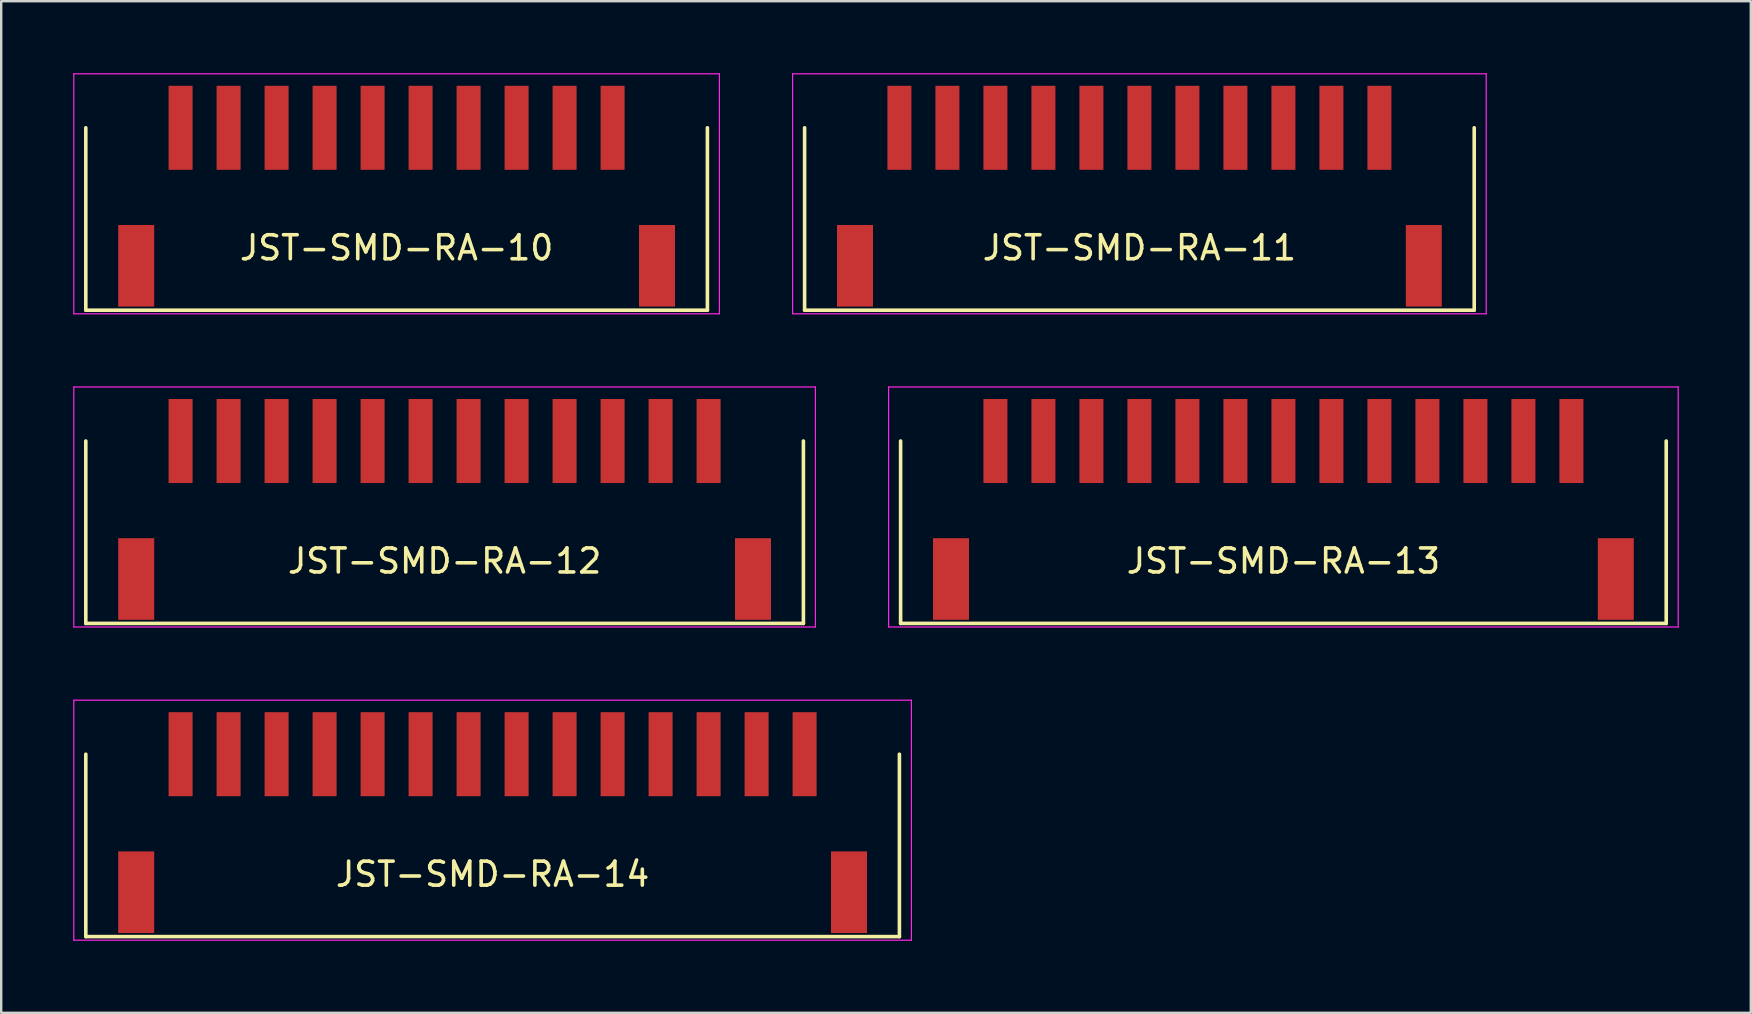
<source format=kicad_pcb>
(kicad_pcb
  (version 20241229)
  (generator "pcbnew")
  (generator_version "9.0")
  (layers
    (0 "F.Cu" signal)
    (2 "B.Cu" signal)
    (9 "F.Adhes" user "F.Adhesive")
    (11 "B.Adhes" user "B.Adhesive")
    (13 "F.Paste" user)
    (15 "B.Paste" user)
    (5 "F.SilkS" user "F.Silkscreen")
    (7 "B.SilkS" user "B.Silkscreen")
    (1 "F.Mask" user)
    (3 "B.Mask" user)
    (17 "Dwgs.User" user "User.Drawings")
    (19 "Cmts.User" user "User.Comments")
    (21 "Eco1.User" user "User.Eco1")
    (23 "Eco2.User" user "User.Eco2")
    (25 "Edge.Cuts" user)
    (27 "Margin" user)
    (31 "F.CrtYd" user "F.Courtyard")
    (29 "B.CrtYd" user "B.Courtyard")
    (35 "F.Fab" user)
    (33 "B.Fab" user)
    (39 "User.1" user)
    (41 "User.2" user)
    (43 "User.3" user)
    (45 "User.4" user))
  (footprint "JST-SMD-RA-14"
    (layer "F.Cu")
    (at 17.475 28.375)
    (property "Reference" "JST-SMD-RA-14" (at 0 5 0) (layer "F.SilkS") (effects (font (size 1 1) (thickness 0.15))))
    (attr through_hole)
    (fp_line (start -16.95 0) (end -16.95 7.6) (stroke (width 0.15) (type solid)) (layer "F.SilkS"))
    (fp_line (start -16.95 7.6) (end 16.95 7.6) (stroke (width 0.15) (type solid)) (layer "F.SilkS"))
    (fp_line (start 16.95 7.6) (end 16.95 0) (stroke (width 0.15) (type solid)) (layer "F.SilkS"))
    (fp_line (start -17.45 -2.25) (end 17.45 -2.25) (stroke (width 0.05) (type solid)) (layer "F.CrtYd"))
    (fp_line (start -17.45 7.75) (end -17.45 -2.25) (stroke (width 0.05) (type solid)) (layer "F.CrtYd"))
    (fp_line (start 17.45 -2.25) (end 17.45 7.75) (stroke (width 0.05) (type solid)) (layer "F.CrtYd"))
    (fp_line (start 17.45 7.75) (end -17.45 7.75) (stroke (width 0.05) (type solid)) (layer "F.CrtYd"))
    (pad "0" smd rect (at -14.85 5.75) (size 1.5 3.4) (layers "F.Cu" "F.Mask" "F.Paste"))
    (pad "0" smd rect (at 14.85 5.75) (size 1.5 3.4) (layers "F.Cu" "F.Mask" "F.Paste"))
    (pad "1" smd rect (at -13 0) (size 1 3.5) (layers "F.Cu" "F.Mask" "F.Paste"))
    (pad "2" smd rect (at -11 0) (size 1 3.5) (layers "F.Cu" "F.Mask" "F.Paste"))
    (pad "3" smd rect (at -9 0) (size 1 3.5) (layers "F.Cu" "F.Mask" "F.Paste"))
    (pad "4" smd rect (at -7 0) (size 1 3.5) (layers "F.Cu" "F.Mask" "F.Paste"))
    (pad "5" smd rect (at -5 0) (size 1 3.5) (layers "F.Cu" "F.Mask" "F.Paste"))
    (pad "6" smd rect (at -3 0) (size 1 3.5) (layers "F.Cu" "F.Mask" "F.Paste"))
    (pad "7" smd rect (at -1 0) (size 1 3.5) (layers "F.Cu" "F.Mask" "F.Paste"))
    (pad "8" smd rect (at 1 0) (size 1 3.5) (layers "F.Cu" "F.Mask" "F.Paste"))
    (pad "9" smd rect (at 3 0) (size 1 3.5) (layers "F.Cu" "F.Mask" "F.Paste"))
    (pad "10" smd rect (at 5 0) (size 1 3.5) (layers "F.Cu" "F.Mask" "F.Paste"))
    (pad "11" smd rect (at 7 0) (size 1 3.5) (layers "F.Cu" "F.Mask" "F.Paste"))
    (pad "12" smd rect (at 9 0) (size 1 3.5) (layers "F.Cu" "F.Mask" "F.Paste"))
    (pad "13" smd rect (at 11 0) (size 1 3.5) (layers "F.Cu" "F.Mask" "F.Paste"))
    (pad "14" smd rect (at 13 0) (size 1 3.5) (layers "F.Cu" "F.Mask" "F.Paste")))
  (footprint "JST-SMD-RA-11"
    (layer "F.Cu")
    (at 44.425 2.275)
    (property "Reference" "JST-SMD-RA-11" (at 0 5 0) (layer "F.SilkS") (effects (font (size 1 1) (thickness 0.15))))
    (attr through_hole)
    (fp_line (start -13.95 0) (end -13.95 7.6) (stroke (width 0.15) (type solid)) (layer "F.SilkS"))
    (fp_line (start -13.95 7.6) (end 13.95 7.6) (stroke (width 0.15) (type solid)) (layer "F.SilkS"))
    (fp_line (start 13.95 7.6) (end 13.95 0) (stroke (width 0.15) (type solid)) (layer "F.SilkS"))
    (fp_line (start -14.45 -2.25) (end 14.45 -2.25) (stroke (width 0.05) (type solid)) (layer "F.CrtYd"))
    (fp_line (start -14.45 7.75) (end -14.45 -2.25) (stroke (width 0.05) (type solid)) (layer "F.CrtYd"))
    (fp_line (start 14.45 -2.25) (end 14.45 7.75) (stroke (width 0.05) (type solid)) (layer "F.CrtYd"))
    (fp_line (start 14.45 7.75) (end -14.45 7.75) (stroke (width 0.05) (type solid)) (layer "F.CrtYd"))
    (pad "0" smd rect (at -11.85 5.75) (size 1.5 3.4) (layers "F.Cu" "F.Mask" "F.Paste"))
    (pad "0" smd rect (at 11.85 5.75) (size 1.5 3.4) (layers "F.Cu" "F.Mask" "F.Paste"))
    (pad "1" smd rect (at -10 0) (size 1 3.5) (layers "F.Cu" "F.Mask" "F.Paste"))
    (pad "2" smd rect (at -8 0) (size 1 3.5) (layers "F.Cu" "F.Mask" "F.Paste"))
    (pad "3" smd rect (at -6 0) (size 1 3.5) (layers "F.Cu" "F.Mask" "F.Paste"))
    (pad "4" smd rect (at -4 0) (size 1 3.5) (layers "F.Cu" "F.Mask" "F.Paste"))
    (pad "5" smd rect (at -2 0) (size 1 3.5) (layers "F.Cu" "F.Mask" "F.Paste"))
    (pad "6" smd rect (at 0 0) (size 1 3.5) (layers "F.Cu" "F.Mask" "F.Paste"))
    (pad "7" smd rect (at 2 0) (size 1 3.5) (layers "F.Cu" "F.Mask" "F.Paste"))
    (pad "8" smd rect (at 4 0) (size 1 3.5) (layers "F.Cu" "F.Mask" "F.Paste"))
    (pad "9" smd rect (at 6 0) (size 1 3.5) (layers "F.Cu" "F.Mask" "F.Paste"))
    (pad "10" smd rect (at 8 0) (size 1 3.5) (layers "F.Cu" "F.Mask" "F.Paste"))
    (pad "11" smd rect (at 10 0) (size 1 3.5) (layers "F.Cu" "F.Mask" "F.Paste")))
  (footprint "JST-SMD-RA-13"
    (layer "F.Cu")
    (at 50.425 15.325)
    (property "Reference" "JST-SMD-RA-13" (at 0 5 0) (layer "F.SilkS") (effects (font (size 1 1) (thickness 0.15))))
    (attr through_hole)
    (fp_line (start -15.95 0) (end -15.95 7.6) (stroke (width 0.15) (type solid)) (layer "F.SilkS"))
    (fp_line (start -15.95 7.6) (end 15.95 7.6) (stroke (width 0.15) (type solid)) (layer "F.SilkS"))
    (fp_line (start 15.95 7.6) (end 15.95 0) (stroke (width 0.15) (type solid)) (layer "F.SilkS"))
    (fp_line (start -16.45 -2.25) (end 16.45 -2.25) (stroke (width 0.05) (type solid)) (layer "F.CrtYd"))
    (fp_line (start -16.45 7.75) (end -16.45 -2.25) (stroke (width 0.05) (type solid)) (layer "F.CrtYd"))
    (fp_line (start 16.45 -2.25) (end 16.45 7.75) (stroke (width 0.05) (type solid)) (layer "F.CrtYd"))
    (fp_line (start 16.45 7.75) (end -16.45 7.75) (stroke (width 0.05) (type solid)) (layer "F.CrtYd"))
    (pad "0" smd rect (at -13.85 5.75) (size 1.5 3.4) (layers "F.Cu" "F.Mask" "F.Paste"))
    (pad "0" smd rect (at 13.85 5.75) (size 1.5 3.4) (layers "F.Cu" "F.Mask" "F.Paste"))
    (pad "1" smd rect (at -12 0) (size 1 3.5) (layers "F.Cu" "F.Mask" "F.Paste"))
    (pad "2" smd rect (at -10 0) (size 1 3.5) (layers "F.Cu" "F.Mask" "F.Paste"))
    (pad "3" smd rect (at -8 0) (size 1 3.5) (layers "F.Cu" "F.Mask" "F.Paste"))
    (pad "4" smd rect (at -6 0) (size 1 3.5) (layers "F.Cu" "F.Mask" "F.Paste"))
    (pad "5" smd rect (at -4 0) (size 1 3.5) (layers "F.Cu" "F.Mask" "F.Paste"))
    (pad "6" smd rect (at -2 0) (size 1 3.5) (layers "F.Cu" "F.Mask" "F.Paste"))
    (pad "7" smd rect (at 0 0) (size 1 3.5) (layers "F.Cu" "F.Mask" "F.Paste"))
    (pad "8" smd rect (at 2 0) (size 1 3.5) (layers "F.Cu" "F.Mask" "F.Paste"))
    (pad "9" smd rect (at 4 0) (size 1 3.5) (layers "F.Cu" "F.Mask" "F.Paste"))
    (pad "10" smd rect (at 6 0) (size 1 3.5) (layers "F.Cu" "F.Mask" "F.Paste"))
    (pad "11" smd rect (at 8 0) (size 1 3.5) (layers "F.Cu" "F.Mask" "F.Paste"))
    (pad "12" smd rect (at 10 0) (size 1 3.5) (layers "F.Cu" "F.Mask" "F.Paste"))
    (pad "13" smd rect (at 12 0) (size 1 3.5) (layers "F.Cu" "F.Mask" "F.Paste")))
  (footprint "JST-SMD-RA-10"
    (layer "F.Cu")
    (at 13.475 2.275)
    (property "Reference" "JST-SMD-RA-10" (at 0 5 0) (layer "F.SilkS") (effects (font (size 1 1) (thickness 0.15))))
    (attr through_hole)
    (fp_line (start -12.95 0) (end -12.95 7.6) (stroke (width 0.15) (type solid)) (layer "F.SilkS"))
    (fp_line (start -12.95 7.6) (end 12.95 7.6) (stroke (width 0.15) (type solid)) (layer "F.SilkS"))
    (fp_line (start 12.95 7.6) (end 12.95 0) (stroke (width 0.15) (type solid)) (layer "F.SilkS"))
    (fp_line (start -13.45 -2.25) (end 13.45 -2.25) (stroke (width 0.05) (type solid)) (layer "F.CrtYd"))
    (fp_line (start -13.45 7.75) (end -13.45 -2.25) (stroke (width 0.05) (type solid)) (layer "F.CrtYd"))
    (fp_line (start 13.45 -2.25) (end 13.45 7.75) (stroke (width 0.05) (type solid)) (layer "F.CrtYd"))
    (fp_line (start 13.45 7.75) (end -13.45 7.75) (stroke (width 0.05) (type solid)) (layer "F.CrtYd"))
    (pad "0" smd rect (at -10.85 5.75) (size 1.5 3.4) (layers "F.Cu" "F.Mask" "F.Paste"))
    (pad "0" smd rect (at 10.85 5.75) (size 1.5 3.4) (layers "F.Cu" "F.Mask" "F.Paste"))
    (pad "1" smd rect (at -9 0) (size 1 3.5) (layers "F.Cu" "F.Mask" "F.Paste"))
    (pad "2" smd rect (at -7 0) (size 1 3.5) (layers "F.Cu" "F.Mask" "F.Paste"))
    (pad "3" smd rect (at -5 0) (size 1 3.5) (layers "F.Cu" "F.Mask" "F.Paste"))
    (pad "4" smd rect (at -3 0) (size 1 3.5) (layers "F.Cu" "F.Mask" "F.Paste"))
    (pad "5" smd rect (at -1 0) (size 1 3.5) (layers "F.Cu" "F.Mask" "F.Paste"))
    (pad "6" smd rect (at 1 0) (size 1 3.5) (layers "F.Cu" "F.Mask" "F.Paste"))
    (pad "7" smd rect (at 3 0) (size 1 3.5) (layers "F.Cu" "F.Mask" "F.Paste"))
    (pad "8" smd rect (at 5 0) (size 1 3.5) (layers "F.Cu" "F.Mask" "F.Paste"))
    (pad "9" smd rect (at 7 0) (size 1 3.5) (layers "F.Cu" "F.Mask" "F.Paste"))
    (pad "10" smd rect (at 9 0) (size 1 3.5) (layers "F.Cu" "F.Mask" "F.Paste")))
  (footprint "JST-SMD-RA-12"
    (layer "F.Cu")
    (at 15.475 15.325)
    (property "Reference" "JST-SMD-RA-12" (at 0 5 0) (layer "F.SilkS") (effects (font (size 1 1) (thickness 0.15))))
    (attr through_hole)
    (fp_line (start -14.95 0) (end -14.95 7.6) (stroke (width 0.15) (type solid)) (layer "F.SilkS"))
    (fp_line (start -14.95 7.6) (end 14.95 7.6) (stroke (width 0.15) (type solid)) (layer "F.SilkS"))
    (fp_line (start 14.95 7.6) (end 14.95 0) (stroke (width 0.15) (type solid)) (layer "F.SilkS"))
    (fp_line (start -15.45 -2.25) (end 15.45 -2.25) (stroke (width 0.05) (type solid)) (layer "F.CrtYd"))
    (fp_line (start -15.45 7.75) (end -15.45 -2.25) (stroke (width 0.05) (type solid)) (layer "F.CrtYd"))
    (fp_line (start 15.45 -2.25) (end 15.45 7.75) (stroke (width 0.05) (type solid)) (layer "F.CrtYd"))
    (fp_line (start 15.45 7.75) (end -15.45 7.75) (stroke (width 0.05) (type solid)) (layer "F.CrtYd"))
    (pad "0" smd rect (at -12.85 5.75) (size 1.5 3.4) (layers "F.Cu" "F.Mask" "F.Paste"))
    (pad "0" smd rect (at 12.85 5.75) (size 1.5 3.4) (layers "F.Cu" "F.Mask" "F.Paste"))
    (pad "1" smd rect (at -11 0) (size 1 3.5) (layers "F.Cu" "F.Mask" "F.Paste"))
    (pad "2" smd rect (at -9 0) (size 1 3.5) (layers "F.Cu" "F.Mask" "F.Paste"))
    (pad "3" smd rect (at -7 0) (size 1 3.5) (layers "F.Cu" "F.Mask" "F.Paste"))
    (pad "4" smd rect (at -5 0) (size 1 3.5) (layers "F.Cu" "F.Mask" "F.Paste"))
    (pad "5" smd rect (at -3 0) (size 1 3.5) (layers "F.Cu" "F.Mask" "F.Paste"))
    (pad "6" smd rect (at -1 0) (size 1 3.5) (layers "F.Cu" "F.Mask" "F.Paste"))
    (pad "7" smd rect (at 1 0) (size 1 3.5) (layers "F.Cu" "F.Mask" "F.Paste"))
    (pad "8" smd rect (at 3 0) (size 1 3.5) (layers "F.Cu" "F.Mask" "F.Paste"))
    (pad "9" smd rect (at 5 0) (size 1 3.5) (layers "F.Cu" "F.Mask" "F.Paste"))
    (pad "10" smd rect (at 7 0) (size 1 3.5) (layers "F.Cu" "F.Mask" "F.Paste"))
    (pad "11" smd rect (at 9 0) (size 1 3.5) (layers "F.Cu" "F.Mask" "F.Paste"))
    (pad "12" smd rect (at 11 0) (size 1 3.5) (layers "F.Cu" "F.Mask" "F.Paste")))
  (gr_rect
    (start -3 -3)
    (end 69.9 39.15)
    (stroke (width 0.1) (type default))
    (fill no)
    (layer "Edge.Cuts")))
</source>
